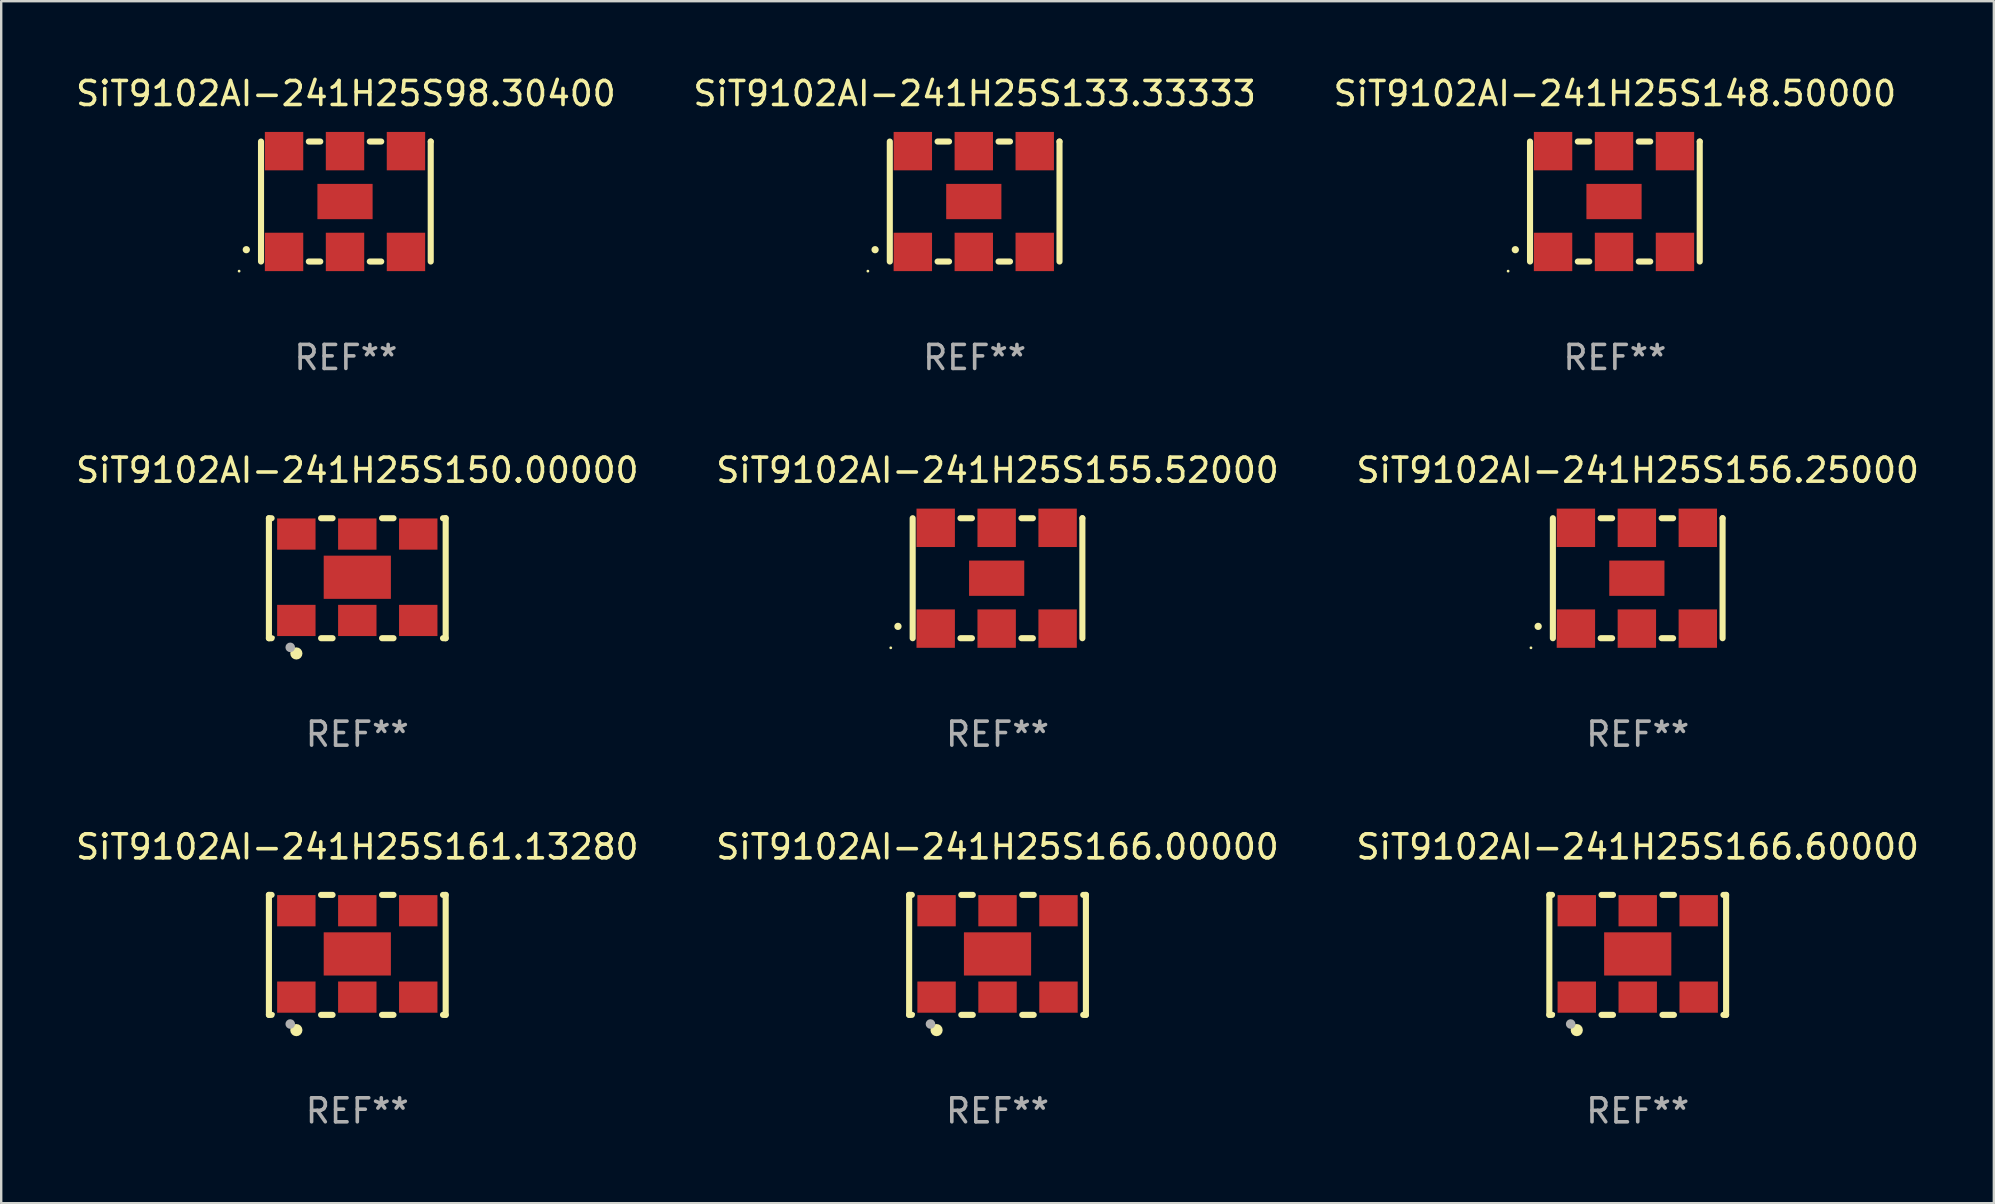
<source format=kicad_pcb>
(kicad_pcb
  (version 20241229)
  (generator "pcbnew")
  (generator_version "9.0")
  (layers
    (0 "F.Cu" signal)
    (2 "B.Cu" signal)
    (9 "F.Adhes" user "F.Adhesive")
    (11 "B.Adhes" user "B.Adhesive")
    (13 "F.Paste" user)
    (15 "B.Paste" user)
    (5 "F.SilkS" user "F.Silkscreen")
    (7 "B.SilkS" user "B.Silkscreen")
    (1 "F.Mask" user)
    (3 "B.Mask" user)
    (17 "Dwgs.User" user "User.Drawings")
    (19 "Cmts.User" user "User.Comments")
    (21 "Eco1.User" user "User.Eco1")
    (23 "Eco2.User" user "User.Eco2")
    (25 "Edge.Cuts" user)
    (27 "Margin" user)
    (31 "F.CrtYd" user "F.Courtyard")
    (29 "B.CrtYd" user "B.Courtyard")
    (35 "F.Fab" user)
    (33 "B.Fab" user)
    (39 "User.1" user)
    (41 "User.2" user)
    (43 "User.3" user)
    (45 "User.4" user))
  (footprint "SiT9102AI-241H25S155.52000"
    (layer "F.Cu")
    (at 38.518 21.045)
    (property "Reference" "SiT9102AI-241H25S155.52000" (at 0 -4.5 0) (layer "F.SilkS") (effects (font (size 1 1) (thickness 0.15))))
    (attr through_hole)
    (fp_line (start -3.536 -2.5) (end -3.536 2.5) (stroke (width 0.254) (type solid)) (layer "F.SilkS"))
    (fp_line (start -1.544 2.5) (end -1.067 2.5) (stroke (width 0.254) (type solid)) (layer "F.SilkS"))
    (fp_line (start -1.067 -2.5) (end -1.544 -2.5) (stroke (width 0.254) (type solid)) (layer "F.SilkS"))
    (fp_line (start 0.996 2.5) (end 1.473 2.5) (stroke (width 0.254) (type solid)) (layer "F.SilkS"))
    (fp_line (start 1.473 -2.5) (end 0.996 -2.5) (stroke (width 0.254) (type solid)) (layer "F.SilkS"))
    (fp_line (start 3.536 -2.5) (end 3.536 -2.5) (stroke (width 0.254) (type solid)) (layer "F.SilkS"))
    (fp_line (start 3.536 2.5) (end 3.536 -2.5) (stroke (width 0.254) (type solid)) (layer "F.SilkS"))
    (fp_arc (start -4.150432 2.006604) (mid -4.149162 2.006599) (end -4.147892 2.006604) (stroke (width 0.3) (type solid)) (layer "F.SilkS"))
    (fp_circle (center -4.449 2.9) (end -4.419 2.9) (stroke (width 0.06) (type solid)) (fill no) (layer "F.SilkS"))
    (fp_text user "REF**" (at 0 6.5 0) (layer "F.Fab") (effects (font (size 1 1) (thickness 0.15))))
    (pad "1" smd rect (at -2.576 2.1) (size 1.6 1.6) (layers "F.Cu" "F.Mask" "F.Paste"))
    (pad "2" smd rect (at -0.036 2.1) (size 1.6 1.6) (layers "F.Cu" "F.Mask" "F.Paste"))
    (pad "3" smd rect (at 2.504 2.1) (size 1.6 1.6) (layers "F.Cu" "F.Mask" "F.Paste"))
    (pad "4" smd rect (at 2.504 -2.1) (size 1.6 1.6) (layers "F.Cu" "F.Mask" "F.Paste"))
    (pad "5" smd rect (at -0.036 -2.1) (size 1.6 1.6) (layers "F.Cu" "F.Mask" "F.Paste"))
    (pad "6" smd rect (at -2.576 -2.1) (size 1.6 1.6) (layers "F.Cu" "F.Mask" "F.Paste"))
    (pad "7" smd rect (at -0.036 0) (size 2.3 1.47) (layers "F.Cu" "F.Mask" "F.Paste")))
  (footprint "SiT9102AI-241H25S156.25000"
    (layer "F.Cu")
    (at 65.196 21.045)
    (property "Reference" "SiT9102AI-241H25S156.25000" (at 0 -4.5 0) (layer "F.SilkS") (effects (font (size 1 1) (thickness 0.15))))
    (attr through_hole)
    (fp_line (start -3.536 -2.5) (end -3.536 2.5) (stroke (width 0.254) (type solid)) (layer "F.SilkS"))
    (fp_line (start -1.544 2.5) (end -1.067 2.5) (stroke (width 0.254) (type solid)) (layer "F.SilkS"))
    (fp_line (start -1.067 -2.5) (end -1.544 -2.5) (stroke (width 0.254) (type solid)) (layer "F.SilkS"))
    (fp_line (start 0.996 2.5) (end 1.473 2.5) (stroke (width 0.254) (type solid)) (layer "F.SilkS"))
    (fp_line (start 1.473 -2.5) (end 0.996 -2.5) (stroke (width 0.254) (type solid)) (layer "F.SilkS"))
    (fp_line (start 3.536 -2.5) (end 3.536 -2.5) (stroke (width 0.254) (type solid)) (layer "F.SilkS"))
    (fp_line (start 3.536 2.5) (end 3.536 -2.5) (stroke (width 0.254) (type solid)) (layer "F.SilkS"))
    (fp_arc (start -4.150432 2.006604) (mid -4.149162 2.006599) (end -4.147892 2.006604) (stroke (width 0.3) (type solid)) (layer "F.SilkS"))
    (fp_circle (center -4.449 2.9) (end -4.419 2.9) (stroke (width 0.06) (type solid)) (fill no) (layer "F.SilkS"))
    (fp_text user "REF**" (at 0 6.5 0) (layer "F.Fab") (effects (font (size 1 1) (thickness 0.15))))
    (pad "1" smd rect (at -2.576 2.1) (size 1.6 1.6) (layers "F.Cu" "F.Mask" "F.Paste"))
    (pad "2" smd rect (at -0.036 2.1) (size 1.6 1.6) (layers "F.Cu" "F.Mask" "F.Paste"))
    (pad "3" smd rect (at 2.504 2.1) (size 1.6 1.6) (layers "F.Cu" "F.Mask" "F.Paste"))
    (pad "4" smd rect (at 2.504 -2.1) (size 1.6 1.6) (layers "F.Cu" "F.Mask" "F.Paste"))
    (pad "5" smd rect (at -0.036 -2.1) (size 1.6 1.6) (layers "F.Cu" "F.Mask" "F.Paste"))
    (pad "6" smd rect (at -2.576 -2.1) (size 1.6 1.6) (layers "F.Cu" "F.Mask" "F.Paste"))
    (pad "7" smd rect (at -0.036 0) (size 2.3 1.47) (layers "F.Cu" "F.Mask" "F.Paste")))
  (footprint "SiT9102AI-241H25S150.00000"
    (layer "F.Cu")
    (at 11.839 21.045)
    (property "Reference" "SiT9102AI-241H25S150.00000" (at 0 -4.5 0) (layer "F.SilkS") (effects (font (size 1 1) (thickness 0.15))))
    (attr through_hole)
    (fp_line (start -3.683 -2.5) (end -3.571 -2.5) (stroke (width 0.254) (type solid)) (layer "F.SilkS"))
    (fp_line (start -3.683 2.5) (end -3.683 -2.5) (stroke (width 0.254) (type solid)) (layer "F.SilkS"))
    (fp_line (start -3.683 2.5) (end -3.571 2.5) (stroke (width 0.254) (type solid)) (layer "F.SilkS"))
    (fp_line (start -1.509 -2.5) (end -1.031 -2.5) (stroke (width 0.254) (type solid)) (layer "F.SilkS"))
    (fp_line (start -1.509 2.5) (end -1.031 2.5) (stroke (width 0.254) (type solid)) (layer "F.SilkS"))
    (fp_line (start 1.031 -2.5) (end 1.509 -2.5) (stroke (width 0.254) (type solid)) (layer "F.SilkS"))
    (fp_line (start 1.031 2.5) (end 1.509 2.5) (stroke (width 0.254) (type solid)) (layer "F.SilkS"))
    (fp_line (start 3.571 -2.5) (end 3.683 -2.5) (stroke (width 0.254) (type solid)) (layer "F.SilkS"))
    (fp_line (start 3.571 2.5) (end 3.683 2.5) (stroke (width 0.254) (type solid)) (layer "F.SilkS"))
    (fp_line (start 3.683 2.5) (end 3.683 -2.5) (stroke (width 0.254) (type solid)) (layer "F.SilkS"))
    (fp_circle (center -3.5 2.46) (end -3.47 2.46) (stroke (width 0.06) (type solid)) (fill no) (layer "F.SilkS"))
    (fp_circle (center -2.54 3.135) (end -2.413 3.135) (stroke (width 0.254) (type solid)) (fill no) (layer "F.SilkS"))
    (fp_circle (center -2.794 2.881) (end -2.694 2.881) (stroke (width 0.2) (type solid)) (fill no) (layer "F.Fab"))
    (fp_text user "REF**" (at 0 6.5 0) (layer "F.Fab") (effects (font (size 1 1) (thickness 0.15))))
    (pad "1" smd rect (at -2.54 1.76) (size 1.6 1.3) (layers "F.Cu" "F.Mask" "F.Paste"))
    (pad "2" smd rect (at 0 1.76) (size 1.6 1.3) (layers "F.Cu" "F.Mask" "F.Paste"))
    (pad "3" smd rect (at 2.54 1.76) (size 1.6 1.3) (layers "F.Cu" "F.Mask" "F.Paste"))
    (pad "4" smd rect (at 2.54 -1.84) (size 1.6 1.3) (layers "F.Cu" "F.Mask" "F.Paste"))
    (pad "5" smd rect (at 0 -1.84) (size 1.6 1.3) (layers "F.Cu" "F.Mask" "F.Paste"))
    (pad "6" smd rect (at -2.54 -1.84) (size 1.6 1.3) (layers "F.Cu" "F.Mask" "F.Paste"))
    (pad "7" smd rect (at 0 -0.04) (size 2.8 1.8) (layers "F.Cu" "F.Mask" "F.Paste")))
  (footprint "SiT9102AI-241H25S148.50000"
    (layer "F.Cu")
    (at 64.244 5.348)
    (property "Reference" "SiT9102AI-241H25S148.50000" (at 0 -4.5 0) (layer "F.SilkS") (effects (font (size 1 1) (thickness 0.15))))
    (attr through_hole)
    (fp_line (start -3.536 -2.5) (end -3.536 2.5) (stroke (width 0.254) (type solid)) (layer "F.SilkS"))
    (fp_line (start -1.544 2.5) (end -1.067 2.5) (stroke (width 0.254) (type solid)) (layer "F.SilkS"))
    (fp_line (start -1.067 -2.5) (end -1.544 -2.5) (stroke (width 0.254) (type solid)) (layer "F.SilkS"))
    (fp_line (start 0.996 2.5) (end 1.473 2.5) (stroke (width 0.254) (type solid)) (layer "F.SilkS"))
    (fp_line (start 1.473 -2.5) (end 0.996 -2.5) (stroke (width 0.254) (type solid)) (layer "F.SilkS"))
    (fp_line (start 3.536 -2.5) (end 3.536 -2.5) (stroke (width 0.254) (type solid)) (layer "F.SilkS"))
    (fp_line (start 3.536 2.5) (end 3.536 -2.5) (stroke (width 0.254) (type solid)) (layer "F.SilkS"))
    (fp_arc (start -4.150432 2.006604) (mid -4.149162 2.006599) (end -4.147892 2.006604) (stroke (width 0.3) (type solid)) (layer "F.SilkS"))
    (fp_circle (center -4.449 2.9) (end -4.419 2.9) (stroke (width 0.06) (type solid)) (fill no) (layer "F.SilkS"))
    (fp_text user "REF**" (at 0 6.5 0) (layer "F.Fab") (effects (font (size 1 1) (thickness 0.15))))
    (pad "1" smd rect (at -2.576 2.1) (size 1.6 1.6) (layers "F.Cu" "F.Mask" "F.Paste"))
    (pad "2" smd rect (at -0.036 2.1) (size 1.6 1.6) (layers "F.Cu" "F.Mask" "F.Paste"))
    (pad "3" smd rect (at 2.504 2.1) (size 1.6 1.6) (layers "F.Cu" "F.Mask" "F.Paste"))
    (pad "4" smd rect (at 2.504 -2.1) (size 1.6 1.6) (layers "F.Cu" "F.Mask" "F.Paste"))
    (pad "5" smd rect (at -0.036 -2.1) (size 1.6 1.6) (layers "F.Cu" "F.Mask" "F.Paste"))
    (pad "6" smd rect (at -2.576 -2.1) (size 1.6 1.6) (layers "F.Cu" "F.Mask" "F.Paste"))
    (pad "7" smd rect (at -0.036 0) (size 2.3 1.47) (layers "F.Cu" "F.Mask" "F.Paste")))
  (footprint "SiT9102AI-241H25S133.33333"
    (layer "F.Cu")
    (at 37.565 5.348)
    (property "Reference" "SiT9102AI-241H25S133.33333" (at 0 -4.5 0) (layer "F.SilkS") (effects (font (size 1 1) (thickness 0.15))))
    (attr through_hole)
    (fp_line (start -3.536 -2.5) (end -3.536 2.5) (stroke (width 0.254) (type solid)) (layer "F.SilkS"))
    (fp_line (start -1.544 2.5) (end -1.067 2.5) (stroke (width 0.254) (type solid)) (layer "F.SilkS"))
    (fp_line (start -1.067 -2.5) (end -1.544 -2.5) (stroke (width 0.254) (type solid)) (layer "F.SilkS"))
    (fp_line (start 0.996 2.5) (end 1.473 2.5) (stroke (width 0.254) (type solid)) (layer "F.SilkS"))
    (fp_line (start 1.473 -2.5) (end 0.996 -2.5) (stroke (width 0.254) (type solid)) (layer "F.SilkS"))
    (fp_line (start 3.536 -2.5) (end 3.536 -2.5) (stroke (width 0.254) (type solid)) (layer "F.SilkS"))
    (fp_line (start 3.536 2.5) (end 3.536 -2.5) (stroke (width 0.254) (type solid)) (layer "F.SilkS"))
    (fp_arc (start -4.150432 2.006604) (mid -4.149162 2.006599) (end -4.147892 2.006604) (stroke (width 0.3) (type solid)) (layer "F.SilkS"))
    (fp_circle (center -4.449 2.9) (end -4.419 2.9) (stroke (width 0.06) (type solid)) (fill no) (layer "F.SilkS"))
    (fp_text user "REF**" (at 0 6.5 0) (layer "F.Fab") (effects (font (size 1 1) (thickness 0.15))))
    (pad "1" smd rect (at -2.576 2.1) (size 1.6 1.6) (layers "F.Cu" "F.Mask" "F.Paste"))
    (pad "2" smd rect (at -0.036 2.1) (size 1.6 1.6) (layers "F.Cu" "F.Mask" "F.Paste"))
    (pad "3" smd rect (at 2.504 2.1) (size 1.6 1.6) (layers "F.Cu" "F.Mask" "F.Paste"))
    (pad "4" smd rect (at 2.504 -2.1) (size 1.6 1.6) (layers "F.Cu" "F.Mask" "F.Paste"))
    (pad "5" smd rect (at -0.036 -2.1) (size 1.6 1.6) (layers "F.Cu" "F.Mask" "F.Paste"))
    (pad "6" smd rect (at -2.576 -2.1) (size 1.6 1.6) (layers "F.Cu" "F.Mask" "F.Paste"))
    (pad "7" smd rect (at -0.036 0) (size 2.3 1.47) (layers "F.Cu" "F.Mask" "F.Paste")))
  (footprint "SiT9102AI-241H25S98.30400"
    (layer "F.Cu")
    (at 11.363 5.348)
    (property "Reference" "SiT9102AI-241H25S98.30400" (at 0 -4.5 0) (layer "F.SilkS") (effects (font (size 1 1) (thickness 0.15))))
    (attr through_hole)
    (fp_line (start -3.536 -2.5) (end -3.536 2.5) (stroke (width 0.254) (type solid)) (layer "F.SilkS"))
    (fp_line (start -1.544 2.5) (end -1.067 2.5) (stroke (width 0.254) (type solid)) (layer "F.SilkS"))
    (fp_line (start -1.067 -2.5) (end -1.544 -2.5) (stroke (width 0.254) (type solid)) (layer "F.SilkS"))
    (fp_line (start 0.996 2.5) (end 1.473 2.5) (stroke (width 0.254) (type solid)) (layer "F.SilkS"))
    (fp_line (start 1.473 -2.5) (end 0.996 -2.5) (stroke (width 0.254) (type solid)) (layer "F.SilkS"))
    (fp_line (start 3.536 -2.5) (end 3.536 -2.5) (stroke (width 0.254) (type solid)) (layer "F.SilkS"))
    (fp_line (start 3.536 2.5) (end 3.536 -2.5) (stroke (width 0.254) (type solid)) (layer "F.SilkS"))
    (fp_arc (start -4.150432 2.006604) (mid -4.149162 2.006599) (end -4.147892 2.006604) (stroke (width 0.3) (type solid)) (layer "F.SilkS"))
    (fp_circle (center -4.449 2.9) (end -4.419 2.9) (stroke (width 0.06) (type solid)) (fill no) (layer "F.SilkS"))
    (fp_text user "REF**" (at 0 6.5 0) (layer "F.Fab") (effects (font (size 1 1) (thickness 0.15))))
    (pad "1" smd rect (at -2.576 2.1) (size 1.6 1.6) (layers "F.Cu" "F.Mask" "F.Paste"))
    (pad "2" smd rect (at -0.036 2.1) (size 1.6 1.6) (layers "F.Cu" "F.Mask" "F.Paste"))
    (pad "3" smd rect (at 2.504 2.1) (size 1.6 1.6) (layers "F.Cu" "F.Mask" "F.Paste"))
    (pad "4" smd rect (at 2.504 -2.1) (size 1.6 1.6) (layers "F.Cu" "F.Mask" "F.Paste"))
    (pad "5" smd rect (at -0.036 -2.1) (size 1.6 1.6) (layers "F.Cu" "F.Mask" "F.Paste"))
    (pad "6" smd rect (at -2.576 -2.1) (size 1.6 1.6) (layers "F.Cu" "F.Mask" "F.Paste"))
    (pad "7" smd rect (at -0.036 0) (size 2.3 1.47) (layers "F.Cu" "F.Mask" "F.Paste")))
  (footprint "SiT9102AI-241H25S161.13280"
    (layer "F.Cu")
    (at 11.839 36.741)
    (property "Reference" "SiT9102AI-241H25S161.13280" (at 0 -4.5 0) (layer "F.SilkS") (effects (font (size 1 1) (thickness 0.15))))
    (attr through_hole)
    (fp_line (start -3.683 -2.5) (end -3.571 -2.5) (stroke (width 0.254) (type solid)) (layer "F.SilkS"))
    (fp_line (start -3.683 2.5) (end -3.683 -2.5) (stroke (width 0.254) (type solid)) (layer "F.SilkS"))
    (fp_line (start -3.683 2.5) (end -3.571 2.5) (stroke (width 0.254) (type solid)) (layer "F.SilkS"))
    (fp_line (start -1.509 -2.5) (end -1.031 -2.5) (stroke (width 0.254) (type solid)) (layer "F.SilkS"))
    (fp_line (start -1.509 2.5) (end -1.031 2.5) (stroke (width 0.254) (type solid)) (layer "F.SilkS"))
    (fp_line (start 1.031 -2.5) (end 1.509 -2.5) (stroke (width 0.254) (type solid)) (layer "F.SilkS"))
    (fp_line (start 1.031 2.5) (end 1.509 2.5) (stroke (width 0.254) (type solid)) (layer "F.SilkS"))
    (fp_line (start 3.571 -2.5) (end 3.683 -2.5) (stroke (width 0.254) (type solid)) (layer "F.SilkS"))
    (fp_line (start 3.571 2.5) (end 3.683 2.5) (stroke (width 0.254) (type solid)) (layer "F.SilkS"))
    (fp_line (start 3.683 2.5) (end 3.683 -2.5) (stroke (width 0.254) (type solid)) (layer "F.SilkS"))
    (fp_circle (center -3.5 2.46) (end -3.47 2.46) (stroke (width 0.06) (type solid)) (fill no) (layer "F.SilkS"))
    (fp_circle (center -2.54 3.135) (end -2.413 3.135) (stroke (width 0.254) (type solid)) (fill no) (layer "F.SilkS"))
    (fp_circle (center -2.794 2.881) (end -2.694 2.881) (stroke (width 0.2) (type solid)) (fill no) (layer "F.Fab"))
    (fp_text user "REF**" (at 0 6.5 0) (layer "F.Fab") (effects (font (size 1 1) (thickness 0.15))))
    (pad "1" smd rect (at -2.54 1.76) (size 1.6 1.3) (layers "F.Cu" "F.Mask" "F.Paste"))
    (pad "2" smd rect (at 0 1.76) (size 1.6 1.3) (layers "F.Cu" "F.Mask" "F.Paste"))
    (pad "3" smd rect (at 2.54 1.76) (size 1.6 1.3) (layers "F.Cu" "F.Mask" "F.Paste"))
    (pad "4" smd rect (at 2.54 -1.84) (size 1.6 1.3) (layers "F.Cu" "F.Mask" "F.Paste"))
    (pad "5" smd rect (at 0 -1.84) (size 1.6 1.3) (layers "F.Cu" "F.Mask" "F.Paste"))
    (pad "6" smd rect (at -2.54 -1.84) (size 1.6 1.3) (layers "F.Cu" "F.Mask" "F.Paste"))
    (pad "7" smd rect (at 0 -0.04) (size 2.8 1.8) (layers "F.Cu" "F.Mask" "F.Paste")))
  (footprint "SiT9102AI-241H25S166.00000"
    (layer "F.Cu")
    (at 38.518 36.741)
    (property "Reference" "SiT9102AI-241H25S166.00000" (at 0 -4.5 0) (layer "F.SilkS") (effects (font (size 1 1) (thickness 0.15))))
    (attr through_hole)
    (fp_line (start -3.683 -2.5) (end -3.571 -2.5) (stroke (width 0.254) (type solid)) (layer "F.SilkS"))
    (fp_line (start -3.683 2.5) (end -3.683 -2.5) (stroke (width 0.254) (type solid)) (layer "F.SilkS"))
    (fp_line (start -3.683 2.5) (end -3.571 2.5) (stroke (width 0.254) (type solid)) (layer "F.SilkS"))
    (fp_line (start -1.509 -2.5) (end -1.031 -2.5) (stroke (width 0.254) (type solid)) (layer "F.SilkS"))
    (fp_line (start -1.509 2.5) (end -1.031 2.5) (stroke (width 0.254) (type solid)) (layer "F.SilkS"))
    (fp_line (start 1.031 -2.5) (end 1.509 -2.5) (stroke (width 0.254) (type solid)) (layer "F.SilkS"))
    (fp_line (start 1.031 2.5) (end 1.509 2.5) (stroke (width 0.254) (type solid)) (layer "F.SilkS"))
    (fp_line (start 3.571 -2.5) (end 3.683 -2.5) (stroke (width 0.254) (type solid)) (layer "F.SilkS"))
    (fp_line (start 3.571 2.5) (end 3.683 2.5) (stroke (width 0.254) (type solid)) (layer "F.SilkS"))
    (fp_line (start 3.683 2.5) (end 3.683 -2.5) (stroke (width 0.254) (type solid)) (layer "F.SilkS"))
    (fp_circle (center -3.5 2.46) (end -3.47 2.46) (stroke (width 0.06) (type solid)) (fill no) (layer "F.SilkS"))
    (fp_circle (center -2.54 3.135) (end -2.413 3.135) (stroke (width 0.254) (type solid)) (fill no) (layer "F.SilkS"))
    (fp_circle (center -2.794 2.881) (end -2.694 2.881) (stroke (width 0.2) (type solid)) (fill no) (layer "F.Fab"))
    (fp_text user "REF**" (at 0 6.5 0) (layer "F.Fab") (effects (font (size 1 1) (thickness 0.15))))
    (pad "1" smd rect (at -2.54 1.76) (size 1.6 1.3) (layers "F.Cu" "F.Mask" "F.Paste"))
    (pad "2" smd rect (at 0 1.76) (size 1.6 1.3) (layers "F.Cu" "F.Mask" "F.Paste"))
    (pad "3" smd rect (at 2.54 1.76) (size 1.6 1.3) (layers "F.Cu" "F.Mask" "F.Paste"))
    (pad "4" smd rect (at 2.54 -1.84) (size 1.6 1.3) (layers "F.Cu" "F.Mask" "F.Paste"))
    (pad "5" smd rect (at 0 -1.84) (size 1.6 1.3) (layers "F.Cu" "F.Mask" "F.Paste"))
    (pad "6" smd rect (at -2.54 -1.84) (size 1.6 1.3) (layers "F.Cu" "F.Mask" "F.Paste"))
    (pad "7" smd rect (at 0 -0.04) (size 2.8 1.8) (layers "F.Cu" "F.Mask" "F.Paste")))
  (footprint "SiT9102AI-241H25S166.60000"
    (layer "F.Cu")
    (at 65.196 36.741)
    (property "Reference" "SiT9102AI-241H25S166.60000" (at 0 -4.5 0) (layer "F.SilkS") (effects (font (size 1 1) (thickness 0.15))))
    (attr through_hole)
    (fp_line (start -3.683 -2.5) (end -3.571 -2.5) (stroke (width 0.254) (type solid)) (layer "F.SilkS"))
    (fp_line (start -3.683 2.5) (end -3.683 -2.5) (stroke (width 0.254) (type solid)) (layer "F.SilkS"))
    (fp_line (start -3.683 2.5) (end -3.571 2.5) (stroke (width 0.254) (type solid)) (layer "F.SilkS"))
    (fp_line (start -1.509 -2.5) (end -1.031 -2.5) (stroke (width 0.254) (type solid)) (layer "F.SilkS"))
    (fp_line (start -1.509 2.5) (end -1.031 2.5) (stroke (width 0.254) (type solid)) (layer "F.SilkS"))
    (fp_line (start 1.031 -2.5) (end 1.509 -2.5) (stroke (width 0.254) (type solid)) (layer "F.SilkS"))
    (fp_line (start 1.031 2.5) (end 1.509 2.5) (stroke (width 0.254) (type solid)) (layer "F.SilkS"))
    (fp_line (start 3.571 -2.5) (end 3.683 -2.5) (stroke (width 0.254) (type solid)) (layer "F.SilkS"))
    (fp_line (start 3.571 2.5) (end 3.683 2.5) (stroke (width 0.254) (type solid)) (layer "F.SilkS"))
    (fp_line (start 3.683 2.5) (end 3.683 -2.5) (stroke (width 0.254) (type solid)) (layer "F.SilkS"))
    (fp_circle (center -3.5 2.46) (end -3.47 2.46) (stroke (width 0.06) (type solid)) (fill no) (layer "F.SilkS"))
    (fp_circle (center -2.54 3.135) (end -2.413 3.135) (stroke (width 0.254) (type solid)) (fill no) (layer "F.SilkS"))
    (fp_circle (center -2.794 2.881) (end -2.694 2.881) (stroke (width 0.2) (type solid)) (fill no) (layer "F.Fab"))
    (fp_text user "REF**" (at 0 6.5 0) (layer "F.Fab") (effects (font (size 1 1) (thickness 0.15))))
    (pad "1" smd rect (at -2.54 1.76) (size 1.6 1.3) (layers "F.Cu" "F.Mask" "F.Paste"))
    (pad "2" smd rect (at 0 1.76) (size 1.6 1.3) (layers "F.Cu" "F.Mask" "F.Paste"))
    (pad "3" smd rect (at 2.54 1.76) (size 1.6 1.3) (layers "F.Cu" "F.Mask" "F.Paste"))
    (pad "4" smd rect (at 2.54 -1.84) (size 1.6 1.3) (layers "F.Cu" "F.Mask" "F.Paste"))
    (pad "5" smd rect (at 0 -1.84) (size 1.6 1.3) (layers "F.Cu" "F.Mask" "F.Paste"))
    (pad "6" smd rect (at -2.54 -1.84) (size 1.6 1.3) (layers "F.Cu" "F.Mask" "F.Paste"))
    (pad "7" smd rect (at 0 -0.04) (size 2.8 1.8) (layers "F.Cu" "F.Mask" "F.Paste")))
  (gr_rect
    (start -3 -3)
    (end 80.036 47.09)
    (stroke (width 0.1) (type default))
    (fill no)
    (layer "Edge.Cuts")))
</source>
